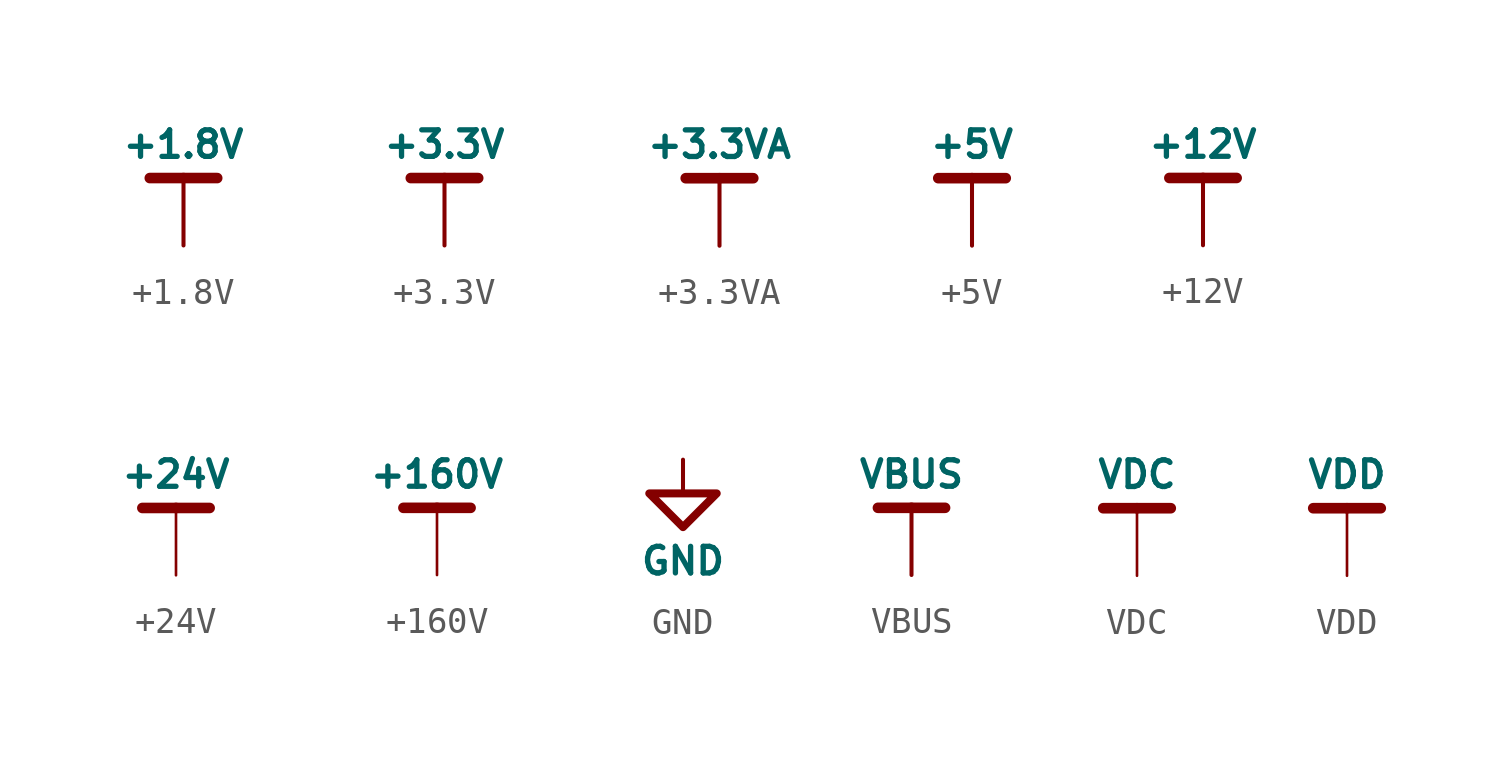
<source format=kicad_sym>
(kicad_symbol_lib
  (version 20201005)
  (generator kicad_symbol_editor)
  (symbol "HDLib_PowerSymbol:+1.8V"
    (power)
    (pin_names
      (offset 0))
    (property "Reference" "#PWR"
      (at 0 -3.81 0)
      (effects (font (size 1.27 1.27)) hide))
    (property "Value" "+1.8V"
      (at 0 3.81 0)
      (effects (font (size 1 1) bold)))
    (symbol "+1.8V_0_1"
      (polyline (pts (xy -1.27 2.54) (xy 0 2.54)) (stroke (width 0.4)) (fill (type none)))
      (polyline (pts (xy 0 0) (xy 0 2.54)) (stroke (width 0)) (fill (type none)))
      (polyline (pts (xy 0 2.54) (xy 1.27 2.54)) (stroke (width 0.4)) (fill (type none))))
    (symbol "+1.8V_1_1"
      (pin power_in line (at 0 0 90) (length 0) hide (name "+1V8" (effects (font (size 1.27 1.27)))) (number "1" (effects (font (size 1.27 1.27)))))))
  (symbol "HDLib_PowerSymbol:+3.3V"
    (power)
    (pin_names
      (offset 0))
    (property "Reference" "#PWR"
      (at 0 -3.81 0)
      (effects (font (size 1.27 1.27)) hide))
    (property "Value" "+3.3V"
      (at 0 3.81 0)
      (effects (font (size 1 1) bold)))
    (symbol "+3.3V_0_1"
      (polyline (pts (xy -1.27 2.54) (xy 0 2.54)) (stroke (width 0.4)) (fill (type none)))
      (polyline (pts (xy 0 0) (xy 0 2.54)) (stroke (width 0)) (fill (type none)))
      (polyline (pts (xy 0 2.54) (xy 1.27 2.54)) (stroke (width 0.4)) (fill (type none))))
    (symbol "+3.3V_1_1"
      (pin power_in line (at 0 0 90) (length 0) hide (name "+3V3" (effects (font (size 1.27 1.27)))) (number "1" (effects (font (size 1.27 1.27)))))))
  (symbol "HDLib_PowerSymbol:+3.3VA"
    (power)
    (pin_names
      (offset 0))
    (property "Reference" "#PWR"
      (at 0 -3.81 0)
      (effects (font (size 1.27 1.27)) hide))
    (property "Value" "+3.3VA"
      (at 0 3.81 0)
      (effects (font (size 1 1) bold)))
    (symbol "+3.3VA_0_1"
      (polyline (pts (xy -1.27 2.54) (xy 0 2.54)) (stroke (width 0.4)) (fill (type none)))
      (polyline (pts (xy 0 0) (xy 0 2.54)) (stroke (width 0)) (fill (type none)))
      (polyline (pts (xy 0 2.54) (xy 1.27 2.54)) (stroke (width 0.4)) (fill (type none))))
    (symbol "+3.3VA_1_1"
      (pin power_in line (at 0 0 90) (length 0) hide (name "+3.3VA" (effects (font (size 1.27 1.27)))) (number "1" (effects (font (size 1.27 1.27)))))))
  (symbol "HDLib_PowerSymbol:+5V"
    (power)
    (pin_names
      (offset 0))
    (property "Reference" "#PWR"
      (at 0 -3.81 0)
      (effects (font (size 1.27 1.27)) hide))
    (property "Value" "+5V"
      (at 0 3.81 0)
      (effects (font (size 1 1) bold)))
    (symbol "+5V_0_1"
      (polyline (pts (xy -1.27 2.54) (xy 0 2.54)) (stroke (width 0.4)) (fill (type none)))
      (polyline (pts (xy 0 0) (xy 0 2.54)) (stroke (width 0)) (fill (type none)))
      (polyline (pts (xy 0 2.54) (xy 1.27 2.54)) (stroke (width 0.4)) (fill (type none))))
    (symbol "+5V_1_1"
      (pin power_in line (at 0 0 90) (length 0) hide (name "+5V" (effects (font (size 1.27 1.27)))) (number "1" (effects (font (size 1.27 1.27)))))))
  (symbol "HDLib_PowerSymbol:+12V"
    (power)
    (pin_names
      (offset 0))
    (property "Reference" "#PWR"
      (at 0 -3.81 0)
      (effects (font (size 1.27 1.27)) hide))
    (property "Value" "+12V"
      (at 0 3.81 0)
      (effects (font (size 1 1) bold)))
    (symbol "+12V_0_1"
      (polyline (pts (xy -1.27 2.54) (xy 0 2.54)) (stroke (width 0.4)) (fill (type none)))
      (polyline (pts (xy 0 0) (xy 0 2.54)) (stroke (width 0)) (fill (type none)))
      (polyline (pts (xy 0 2.54) (xy 1.27 2.54)) (stroke (width 0.4)) (fill (type none))))
    (symbol "+12V_1_1"
      (pin power_in line (at 0 0 90) (length 0) hide (name "+12V" (effects (font (size 1.27 1.27)))) (number "1" (effects (font (size 1.27 1.27)))))))
  (symbol "HDLib_PowerSymbol:+24V"
    (power)
    (pin_names
      (offset 0))
    (property "Reference" "#PWR"
      (at 0 -3.81 0)
      (effects (font (size 1.27 1.27)) hide))
    (property "Value" "+24V"
      (at 0 3.81 0)
      (effects (font (size 1 1) bold)))
    (symbol "+24V_0_1"
      (polyline (pts (xy -1.27 2.54) (xy 0 2.54)) (stroke (width 0.4)) (fill (type none)))
      (polyline (pts (xy 0 0) (xy 0 2.54)) (stroke (width 0.1)) (fill (type none)))
      (polyline (pts (xy 0 2.54) (xy 1.27 2.54)) (stroke (width 0.4)) (fill (type none))))
    (symbol "+24V_1_1"
      (pin power_in line (at 0 0 90) (length 0) hide (name "+24V" (effects (font (size 1.27 1.27)))) (number "1" (effects (font (size 1.27 1.27)))))))
  (symbol "HDLib_PowerSymbol:+160V"
    (power)
    (pin_names
      (offset 0))
    (property "Reference" "#PWR"
      (at 0 -3.81 0)
      (effects (font (size 1.27 1.27)) hide))
    (property "Value" "+160V"
      (at 0 3.81 0)
      (effects (font (size 1 1) bold)))
    (symbol "+160V_0_1"
      (polyline (pts (xy -1.27 2.54) (xy 0 2.54)) (stroke (width 0.4)) (fill (type none)))
      (polyline (pts (xy 0 0) (xy 0 2.54)) (stroke (width 0.1)) (fill (type none)))
      (polyline (pts (xy 0 2.54) (xy 1.27 2.54)) (stroke (width 0.4)) (fill (type none))))
    (symbol "+160V_1_1"
      (pin power_in line (at 0 0 90) (length 0) hide (name "+160V" (effects (font (size 1.27 1.27)))) (number "1" (effects (font (size 1.27 1.27)))))))
  (symbol "HDLib_PowerSymbol:GND"
    (power)
    (pin_names
      (offset 0))
    (property "Reference" "#PWR"
      (at 0 -6.35 0)
      (effects (font (size 1.27 1.27)) hide))
    (property "Value" "GND"
      (at 0 -3.81 0)
      (effects (font (size 1 1) bold)))
    (symbol "GND_0_1"
      (polyline (pts (xy 0 -1.27) (xy 0 0)) (stroke (width 0)) (fill (type none)))
      (polyline (pts (xy 0 -1.27) (xy 0 -1.27) (xy 1.27 -1.27) (xy 0 -2.54) (xy -1.27 -1.27) (xy 0 -1.27)) (stroke (width 0.3)) (fill (type none))))
    (symbol "GND_1_1"
      (pin power_in line (at 0 0 270) (length 0) hide (name "GND" (effects (font (size 1.27 1.27)))) (number "1" (effects (font (size 1.27 1.27)))))))
  (symbol "HDLib_PowerSymbol:VBUS"
    (power)
    (pin_names
      (offset 0))
    (property "Reference" "#PWR"
      (at 0 -3.81 0)
      (effects (font (size 1.27 1.27)) hide))
    (property "Value" "VBUS"
      (at 0 3.81 0)
      (effects (font (size 1 1) bold)))
    (symbol "VBUS_0_1"
      (polyline (pts (xy -1.27 2.54) (xy 0 2.54)) (stroke (width 0.4)) (fill (type none)))
      (polyline (pts (xy 0 0) (xy 0 2.54)) (stroke (width 0)) (fill (type none)))
      (polyline (pts (xy 0 2.54) (xy 1.27 2.54)) (stroke (width 0.4)) (fill (type none))))
    (symbol "VBUS_1_1"
      (pin power_in line (at 0 0 90) (length 0) hide (name "VBUS" (effects (font (size 1.27 1.27)))) (number "1" (effects (font (size 1.27 1.27)))))))
  (symbol "HDLib_PowerSymbol:VDC"
    (power)
    (pin_names
      (offset 0))
    (property "Reference" "#PWR"
      (at 0 -2.54 0)
      (effects (font (size 1.27 1.27)) hide))
    (property "Value" "VDC"
      (at 0 3.81 0)
      (effects (font (size 1 1) bold)))
    (symbol "VDC_0_1"
      (polyline (pts (xy -1.27 2.54) (xy 0 2.54)) (stroke (width 0.4)) (fill (type none)))
      (polyline (pts (xy 0 0) (xy 0 2.54)) (stroke (width 0.1)) (fill (type none)))
      (polyline (pts (xy 0 2.54) (xy 1.27 2.54)) (stroke (width 0.4)) (fill (type none))))
    (symbol "VDC_1_1"
      (pin power_in line (at 0 0 90) (length 0) hide (name "VDC" (effects (font (size 1.27 1.27)))) (number "1" (effects (font (size 1.27 1.27)))))))
  (symbol "HDLib_PowerSymbol:VDD"
    (power)
    (pin_names
      (offset 0))
    (property "Reference" "#PWR"
      (at 0 -2.54 0)
      (effects (font (size 1.27 1.27)) hide))
    (property "Value" "VDD"
      (at 0 3.81 0)
      (effects (font (size 1 1) bold)))
    (symbol "VDD_0_1"
      (polyline (pts (xy -1.27 2.54) (xy 0 2.54)) (stroke (width 0.4)) (fill (type none)))
      (polyline (pts (xy 0 0) (xy 0 2.54)) (stroke (width 0.1)) (fill (type none)))
      (polyline (pts (xy 0 2.54) (xy 1.27 2.54)) (stroke (width 0.4)) (fill (type none))))
    (symbol "VDD_1_1"
      (pin power_in line (at 0 0 90) (length 0) hide (name "VDD" (effects (font (size 1.27 1.27)))) (number "1" (effects (font (size 1.27 1.27))))))))
</source>
